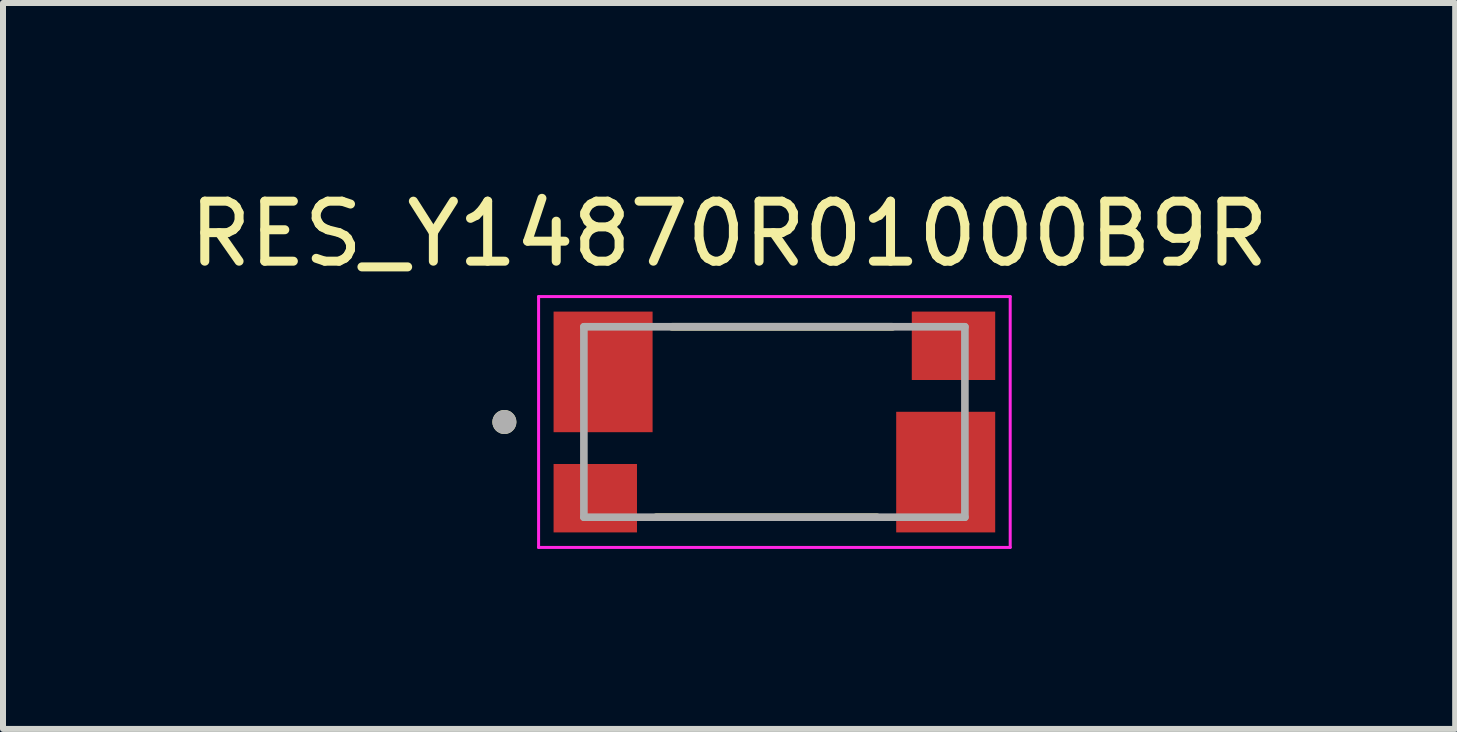
<source format=kicad_pcb>
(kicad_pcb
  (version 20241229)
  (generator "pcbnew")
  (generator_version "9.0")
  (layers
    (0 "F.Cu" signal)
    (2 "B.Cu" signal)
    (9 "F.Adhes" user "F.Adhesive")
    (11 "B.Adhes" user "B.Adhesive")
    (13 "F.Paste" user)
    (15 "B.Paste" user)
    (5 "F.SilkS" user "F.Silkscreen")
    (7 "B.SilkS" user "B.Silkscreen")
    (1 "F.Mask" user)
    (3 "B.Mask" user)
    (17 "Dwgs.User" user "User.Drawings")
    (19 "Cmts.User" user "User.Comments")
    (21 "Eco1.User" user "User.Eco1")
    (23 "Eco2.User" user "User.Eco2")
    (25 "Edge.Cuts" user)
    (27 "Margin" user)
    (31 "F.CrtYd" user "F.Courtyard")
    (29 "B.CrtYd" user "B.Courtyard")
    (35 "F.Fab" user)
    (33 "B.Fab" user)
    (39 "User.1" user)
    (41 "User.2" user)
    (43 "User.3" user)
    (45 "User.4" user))
  (footprint "RES_Y14870R01000B9R"
    (layer "F.Cu")
    (at 9.856 3.983)
    (property "Reference" "RES_Y14870R01000B9R" (at -0.755 -3.135 0) (layer "F.SilkS") (effects (font (size 1 1) (thickness 0.15))))
    (attr smd)
    (fp_line (start -1.71 -1.587) (end 1.97 -1.587) (stroke (width 0.127) (type solid)) (layer "F.SilkS"))
    (fp_line (start 1.71 1.587) (end -1.97 1.587) (stroke (width 0.127) (type solid)) (layer "F.SilkS"))
    (fp_circle (center -4.5 0) (end -4.4 0) (stroke (width 0.2) (type solid)) (fill no) (layer "F.SilkS"))
    (fp_line (start -3.93 -2.09) (end 3.93 -2.09) (stroke (width 0.05) (type solid)) (layer "F.CrtYd"))
    (fp_line (start -3.93 2.09) (end -3.93 -2.09) (stroke (width 0.05) (type solid)) (layer "F.CrtYd"))
    (fp_line (start 3.93 -2.09) (end 3.93 2.09) (stroke (width 0.05) (type solid)) (layer "F.CrtYd"))
    (fp_line (start 3.93 2.09) (end -3.93 2.09) (stroke (width 0.05) (type solid)) (layer "F.CrtYd"))
    (fp_line (start -3.175 -1.587) (end 3.175 -1.587) (stroke (width 0.127) (type solid)) (layer "F.Fab"))
    (fp_line (start -3.175 1.587) (end -3.175 -1.587) (stroke (width 0.127) (type solid)) (layer "F.Fab"))
    (fp_line (start 3.175 -1.587) (end 3.175 1.587) (stroke (width 0.127) (type solid)) (layer "F.Fab"))
    (fp_line (start 3.175 1.587) (end -3.175 1.587) (stroke (width 0.127) (type solid)) (layer "F.Fab"))
    (fp_circle (center -4.5 0) (end -4.4 0) (stroke (width 0.2) (type solid)) (fill no) (layer "F.Fab"))
    (pad "E1" smd rect (at -2.985 1.27) (size 1.39 1.14) (layers "F.Cu" "F.Mask" "F.Paste"))
    (pad "E2" smd rect (at 2.985 -1.27) (size 1.39 1.14) (layers "F.Cu" "F.Mask" "F.Paste"))
    (pad "I1" smd rect (at -2.855 -0.835) (size 1.65 2.01) (layers "F.Cu" "F.Mask" "F.Paste"))
    (pad "I2" smd rect (at 2.855 0.835) (size 1.65 2.01) (layers "F.Cu" "F.Mask" "F.Paste")))
  (gr_rect
    (start -3 -3)
    (end 21.202 9.098)
    (stroke (width 0.1) (type default))
    (fill no)
    (layer "Edge.Cuts")))
</source>
